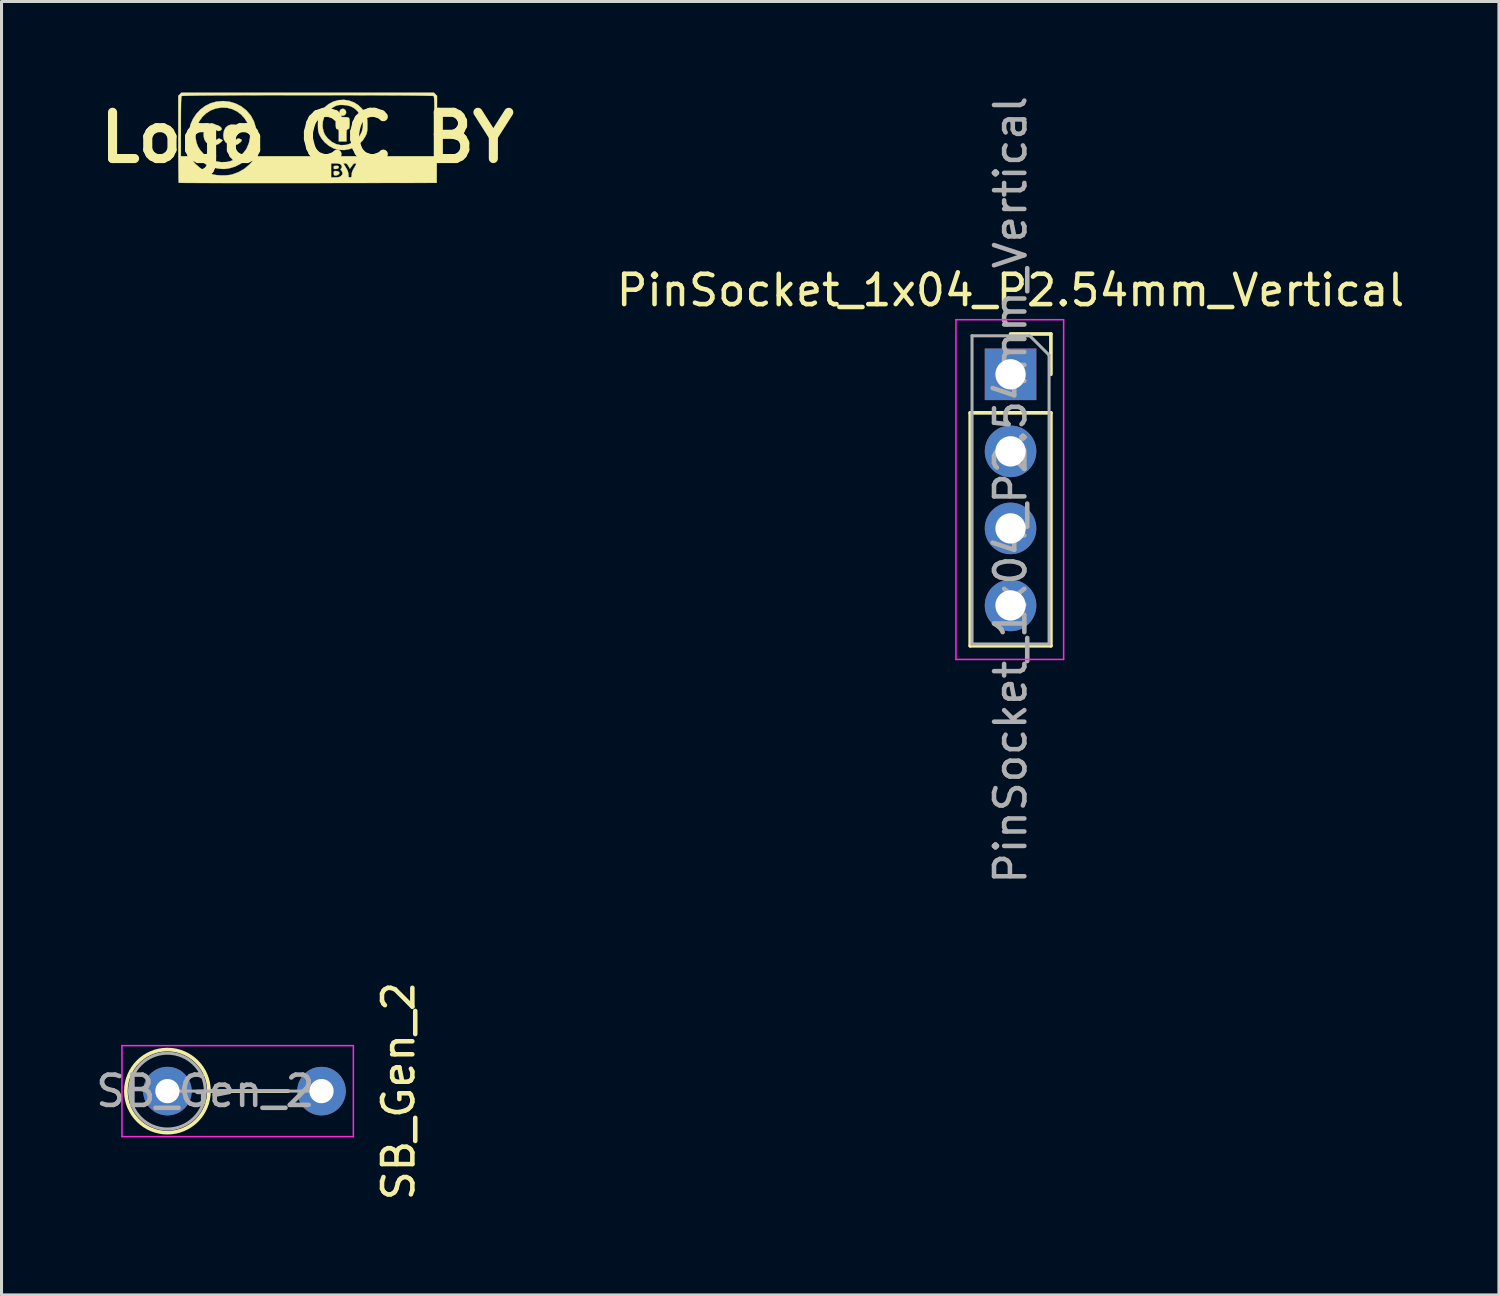
<source format=kicad_pcb>
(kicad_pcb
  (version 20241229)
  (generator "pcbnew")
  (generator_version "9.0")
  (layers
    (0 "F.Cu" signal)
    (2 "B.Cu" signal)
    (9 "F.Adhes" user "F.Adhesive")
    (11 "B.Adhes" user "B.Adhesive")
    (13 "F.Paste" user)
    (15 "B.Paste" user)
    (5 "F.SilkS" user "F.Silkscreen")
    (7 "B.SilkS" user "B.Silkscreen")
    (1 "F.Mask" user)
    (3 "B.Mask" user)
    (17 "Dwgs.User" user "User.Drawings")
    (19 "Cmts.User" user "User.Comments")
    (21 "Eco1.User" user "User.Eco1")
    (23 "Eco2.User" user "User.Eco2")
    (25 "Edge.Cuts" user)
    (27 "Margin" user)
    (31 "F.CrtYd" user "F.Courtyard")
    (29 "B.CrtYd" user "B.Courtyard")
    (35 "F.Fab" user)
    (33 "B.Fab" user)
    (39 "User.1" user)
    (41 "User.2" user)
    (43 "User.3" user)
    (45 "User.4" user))
  (footprint "Logo_CC_BY"
    (layer "F.Cu")
    (at 7.083 1.487)
    (property "Reference" "Logo_CC_BY" (at 0 0 0) (layer "F.SilkS") (effects (font (size 1.524 1.524) (thickness 0.3))))
    (attr through_hole)
    (fp_poly (pts (xy 1.008 1.109) (xy 1.049 1.135) (xy 1.058 1.166) (xy 1.04 1.205) (xy 0.996 1.235) (xy 0.941 1.25) (xy 0.894 1.243) (xy 0.882 1.235) (xy 0.872 1.205) (xy 0.868 1.161) (xy 0.874 1.118) (xy 0.9 1.102) (xy 0.93 1.101) (xy 1.008 1.109)) (stroke (width 0.01) (type solid)) (fill yes) (layer "F.SilkS"))
    (fp_poly (pts (xy 1.199 -0.947) (xy 1.245 -0.918) (xy 1.274 -0.871) (xy 1.278 -0.814) (xy 1.259 -0.77) (xy 1.21 -0.729) (xy 1.146 -0.723) (xy 1.095 -0.743) (xy 1.067 -0.781) (xy 1.059 -0.837) (xy 1.074 -0.894) (xy 1.092 -0.919) (xy 1.145 -0.95) (xy 1.199 -0.947)) (stroke (width 0.01) (type solid)) (fill yes) (layer "F.SilkS"))
    (fp_poly (pts (xy 1.009 0.934) (xy 1.032 0.946) (xy 1.034 0.974) (xy 1.033 0.979) (xy 1.02 1.012) (xy 0.984 1.028) (xy 0.947 1.033) (xy 0.895 1.035) (xy 0.873 1.022) (xy 0.868 0.989) (xy 0.868 0.986) (xy 0.872 0.951) (xy 0.893 0.935) (xy 0.942 0.931) (xy 0.954 0.931) (xy 1.009 0.934)) (stroke (width 0.01) (type solid)) (fill yes) (layer "F.SilkS"))
    (fp_poly (pts (xy 1.265 -0.675) (xy 1.332 -0.667) (xy 1.369 -0.653) (xy 1.374 -0.648) (xy 1.387 -0.608) (xy 1.393 -0.532) (xy 1.393 -0.452) (xy 1.389 -0.368) (xy 1.382 -0.318) (xy 1.371 -0.292) (xy 1.352 -0.281) (xy 1.339 -0.279) (xy 1.317 -0.273) (xy 1.303 -0.259) (xy 1.295 -0.228) (xy 1.292 -0.171) (xy 1.291 -0.081) (xy 1.291 -0.073) (xy 1.291 0.127) (xy 1.037 0.127) (xy 1.037 -0.073) (xy 1.037 -0.166) (xy 1.034 -0.224) (xy 1.026 -0.257) (xy 1.013 -0.273) (xy 0.992 -0.279) (xy 0.99 -0.279) (xy 0.965 -0.286) (xy 0.95 -0.305) (xy 0.941 -0.345) (xy 0.937 -0.416) (xy 0.936 -0.439) (xy 0.934 -0.542) (xy 0.942 -0.61) (xy 0.969 -0.65) (xy 1.019 -0.67) (xy 1.101 -0.677) (xy 1.162 -0.677) (xy 1.265 -0.675)) (stroke (width 0.01) (type solid)) (fill yes) (layer "F.SilkS"))
    (fp_poly (pts (xy -3.021 -0.425) (xy -2.917 -0.388) (xy -2.88 -0.364) (xy -2.831 -0.316) (xy -2.824 -0.276) (xy -2.857 -0.243) (xy -2.878 -0.233) (xy -2.928 -0.217) (xy -2.961 -0.225) (xy -2.981 -0.241) (xy -3.035 -0.268) (xy -3.099 -0.274) (xy -3.156 -0.259) (xy -3.176 -0.243) (xy -3.194 -0.203) (xy -3.208 -0.14) (xy -3.212 -0.11) (xy -3.207 -0.018) (xy -3.177 0.052) (xy -3.127 0.093) (xy -3.063 0.102) (xy -2.993 0.074) (xy -2.978 0.063) (xy -2.937 0.035) (xy -2.905 0.032) (xy -2.859 0.052) (xy -2.856 0.054) (xy -2.79 0.088) (xy -2.839 0.141) (xy -2.934 0.213) (xy -3.043 0.25) (xy -3.159 0.25) (xy -3.254 0.219) (xy -3.333 0.158) (xy -3.388 0.072) (xy -3.416 -0.03) (xy -3.418 -0.137) (xy -3.391 -0.241) (xy -3.335 -0.33) (xy -3.325 -0.34) (xy -3.237 -0.4) (xy -3.132 -0.429) (xy -3.021 -0.425)) (stroke (width 0.01) (type solid)) (fill yes) (layer "F.SilkS"))
    (fp_poly (pts (xy -2.392 -0.425) (xy -2.365 -0.42) (xy -2.306 -0.398) (xy -2.245 -0.363) (xy -2.193 -0.323) (xy -2.162 -0.287) (xy -2.159 -0.275) (xy -2.176 -0.258) (xy -2.219 -0.234) (xy -2.231 -0.228) (xy -2.28 -0.207) (xy -2.309 -0.207) (xy -2.335 -0.229) (xy -2.34 -0.234) (xy -2.393 -0.266) (xy -2.46 -0.274) (xy -2.512 -0.259) (xy -2.546 -0.216) (xy -2.568 -0.148) (xy -2.574 -0.07) (xy -2.571 -0.038) (xy -2.542 0.04) (xy -2.493 0.088) (xy -2.431 0.104) (xy -2.365 0.083) (xy -2.336 0.061) (xy -2.297 0.031) (xy -2.261 0.029) (xy -2.223 0.042) (xy -2.176 0.065) (xy -2.163 0.089) (xy -2.183 0.124) (xy -2.211 0.156) (xy -2.296 0.219) (xy -2.4 0.251) (xy -2.509 0.251) (xy -2.61 0.217) (xy -2.62 0.212) (xy -2.701 0.146) (xy -2.749 0.064) (xy -2.769 -0.042) (xy -2.768 -0.106) (xy -2.746 -0.233) (xy -2.694 -0.33) (xy -2.615 -0.396) (xy -2.514 -0.429) (xy -2.392 -0.425)) (stroke (width 0.01) (type solid)) (fill yes) (layer "F.SilkS"))
    (fp_poly (pts (xy -2.563 -1.183) (xy -2.362 -1.123) (xy -2.177 -1.028) (xy -2.012 -0.899) (xy -1.873 -0.738) (xy -1.852 -0.707) (xy -1.761 -0.534) (xy -1.702 -0.342) (xy -1.676 -0.139) (xy -1.684 0.065) (xy -1.725 0.261) (xy -1.774 0.389) (xy -1.883 0.57) (xy -2.023 0.727) (xy -2.19 0.855) (xy -2.378 0.952) (xy -2.558 1.007) (xy -2.662 1.025) (xy -2.753 1.033) (xy -2.85 1.029) (xy -2.963 1.015) (xy -3.161 0.968) (xy -3.342 0.884) (xy -3.509 0.76) (xy -3.553 0.718) (xy -3.701 0.549) (xy -3.807 0.371) (xy -3.874 0.181) (xy -3.901 -0.019) (xy -3.688 -0.019) (xy -3.657 0.158) (xy -3.605 0.296) (xy -3.54 0.401) (xy -3.448 0.51) (xy -3.342 0.611) (xy -3.233 0.693) (xy -3.174 0.727) (xy -3.011 0.784) (xy -2.833 0.81) (xy -2.655 0.803) (xy -2.54 0.778) (xy -2.384 0.714) (xy -2.237 0.621) (xy -2.11 0.507) (xy -2.014 0.38) (xy -2.002 0.36) (xy -1.927 0.182) (xy -1.89 0.004) (xy -1.889 -0.171) (xy -1.92 -0.339) (xy -1.982 -0.496) (xy -2.071 -0.638) (xy -2.183 -0.762) (xy -2.317 -0.863) (xy -2.469 -0.937) (xy -2.636 -0.982) (xy -2.815 -0.992) (xy -3.004 -0.965) (xy -3.017 -0.962) (xy -3.19 -0.897) (xy -3.341 -0.799) (xy -3.468 -0.675) (xy -3.569 -0.529) (xy -3.641 -0.368) (xy -3.682 -0.196) (xy -3.688 -0.019) (xy -3.901 -0.019) (xy -3.902 -0.025) (xy -3.894 -0.241) (xy -3.852 -0.433) (xy -3.772 -0.615) (xy -3.661 -0.782) (xy -3.522 -0.928) (xy -3.362 -1.047) (xy -3.184 -1.136) (xy -2.997 -1.187) (xy -2.776 -1.205) (xy -2.563 -1.183)) (stroke (width 0.01) (type solid)) (fill yes) (layer "F.SilkS"))
    (fp_poly (pts (xy 1.377 -1.22) (xy 1.537 -1.16) (xy 1.682 -1.069) (xy 1.807 -0.947) (xy 1.905 -0.796) (xy 1.909 -0.788) (xy 1.94 -0.722) (xy 1.96 -0.669) (xy 1.972 -0.614) (xy 1.977 -0.546) (xy 1.979 -0.453) (xy 1.979 -0.413) (xy 1.978 -0.305) (xy 1.973 -0.227) (xy 1.963 -0.167) (xy 1.946 -0.113) (xy 1.924 -0.063) (xy 1.831 0.087) (xy 1.708 0.213) (xy 1.561 0.31) (xy 1.397 0.377) (xy 1.221 0.409) (xy 1.04 0.403) (xy 1.019 0.4) (xy 0.862 0.353) (xy 0.712 0.271) (xy 0.577 0.159) (xy 0.466 0.025) (xy 0.406 -0.08) (xy 0.379 -0.143) (xy 0.362 -0.201) (xy 0.353 -0.267) (xy 0.35 -0.354) (xy 0.349 -0.389) (xy 0.501 -0.389) (xy 0.511 -0.303) (xy 0.537 -0.194) (xy 0.574 -0.106) (xy 0.632 -0.023) (xy 0.683 0.036) (xy 0.811 0.145) (xy 0.954 0.217) (xy 1.108 0.249) (xy 1.269 0.241) (xy 1.346 0.223) (xy 1.499 0.158) (xy 1.625 0.064) (xy 1.723 -0.051) (xy 1.792 -0.184) (xy 1.829 -0.327) (xy 1.833 -0.476) (xy 1.802 -0.624) (xy 1.735 -0.766) (xy 1.654 -0.872) (xy 1.548 -0.968) (xy 1.432 -1.031) (xy 1.296 -1.066) (xy 1.192 -1.076) (xy 1.097 -1.078) (xy 1.028 -1.073) (xy 0.968 -1.058) (xy 0.903 -1.031) (xy 0.761 -0.944) (xy 0.646 -0.831) (xy 0.562 -0.697) (xy 0.513 -0.547) (xy 0.501 -0.389) (xy 0.349 -0.389) (xy 0.349 -0.413) (xy 0.351 -0.517) (xy 0.356 -0.592) (xy 0.369 -0.652) (xy 0.39 -0.711) (xy 0.407 -0.748) (xy 0.49 -0.896) (xy 0.586 -1.012) (xy 0.705 -1.107) (xy 0.866 -1.191) (xy 1.036 -1.237) (xy 1.208 -1.246) (xy 1.377 -1.22)) (stroke (width 0.01) (type solid)) (fill yes) (layer "F.SilkS"))
    (fp_poly (pts (xy 4.224 -1.43) (xy 4.276 -1.377) (xy 4.271 0.057) (xy 4.265 1.492) (xy 0.019 1.498) (xy -0.401 1.498) (xy -0.811 1.498) (xy -1.207 1.499) (xy -1.588 1.499) (xy -1.952 1.498) (xy -2.296 1.498) (xy -2.62 1.498) (xy -2.919 1.497) (xy -3.194 1.497) (xy -3.441 1.496) (xy -3.658 1.495) (xy -3.844 1.494) (xy -3.997 1.493) (xy -4.115 1.492) (xy -4.195 1.491) (xy -4.235 1.489) (xy -4.24 1.489) (xy -4.243 1.466) (xy -4.245 1.404) (xy -4.247 1.307) (xy -4.249 1.178) (xy -4.251 1.02) (xy -4.252 0.838) (xy -4.253 0.634) (xy -4.254 0.413) (xy -4.254 0.177) (xy -4.255 0.048) (xy -4.255 -0.366) (xy -4.17 -0.366) (xy -4.17 0.614) (xy -4.027 0.614) (xy -3.884 0.615) (xy -3.812 0.721) (xy -3.693 0.865) (xy -3.542 0.996) (xy -3.372 1.107) (xy -3.192 1.189) (xy -3.109 1.215) (xy -2.998 1.235) (xy -2.862 1.245) (xy -2.719 1.245) (xy -2.584 1.234) (xy -2.486 1.217) (xy -2.273 1.141) (xy -2.076 1.028) (xy -1.902 0.881) (xy -1.873 0.847) (xy 0.783 0.847) (xy 0.783 1.312) (xy 0.918 1.312) (xy 1.005 1.308) (xy 1.064 1.294) (xy 1.108 1.268) (xy 1.154 1.213) (xy 1.16 1.152) (xy 1.127 1.095) (xy 1.123 1.091) (xy 1.095 1.06) (xy 1.1 1.036) (xy 1.112 1.023) (xy 1.141 0.974) (xy 1.128 0.922) (xy 1.101 0.889) (xy 1.066 0.864) (xy 1.017 0.851) (xy 0.942 0.847) (xy 0.921 0.847) (xy 1.186 0.847) (xy 1.27 0.985) (xy 1.319 1.072) (xy 1.345 1.14) (xy 1.354 1.205) (xy 1.355 1.217) (xy 1.357 1.276) (xy 1.368 1.304) (xy 1.394 1.312) (xy 1.408 1.312) (xy 1.441 1.308) (xy 1.456 1.288) (xy 1.46 1.239) (xy 1.461 1.222) (xy 1.469 1.155) (xy 1.496 1.081) (xy 1.544 0.995) (xy 1.585 0.925) (xy 1.606 0.884) (xy 1.609 0.862) (xy 1.596 0.853) (xy 1.581 0.85) (xy 1.555 0.849) (xy 1.531 0.861) (xy 1.501 0.891) (xy 1.458 0.948) (xy 1.437 0.977) (xy 1.403 1.025) (xy 1.353 0.936) (xy 1.314 0.879) (xy 1.278 0.852) (xy 1.244 0.847) (xy 1.186 0.847) (xy 0.921 0.847) (xy 0.783 0.847) (xy -1.873 0.847) (xy -1.784 0.743) (xy -1.688 0.614) (xy 4.191 0.614) (xy 4.191 -0.366) (xy 4.191 -0.612) (xy 4.19 -0.818) (xy 4.188 -0.987) (xy 4.186 -1.122) (xy 4.183 -1.225) (xy 4.179 -1.298) (xy 4.173 -1.346) (xy 4.167 -1.369) (xy 4.166 -1.372) (xy 4.142 -1.375) (xy 4.078 -1.378) (xy 3.977 -1.38) (xy 3.84 -1.383) (xy 3.672 -1.385) (xy 3.474 -1.388) (xy 3.248 -1.39) (xy 2.997 -1.392) (xy 2.724 -1.393) (xy 2.43 -1.395) (xy 2.12 -1.396) (xy 1.794 -1.397) (xy 1.456 -1.398) (xy 1.107 -1.398) (xy 0.751 -1.399) (xy 0.39 -1.399) (xy 0.027 -1.399) (xy -0.337 -1.399) (xy -0.698 -1.399) (xy -1.055 -1.398) (xy -1.404 -1.398) (xy -1.743 -1.397) (xy -2.07 -1.396) (xy -2.382 -1.395) (xy -2.677 -1.393) (xy -2.952 -1.392) (xy -3.205 -1.39) (xy -3.433 -1.388) (xy -3.634 -1.386) (xy -3.805 -1.383) (xy -3.945 -1.381) (xy -4.049 -1.378) (xy -4.116 -1.375) (xy -4.144 -1.372) (xy -4.144 -1.372) (xy -4.151 -1.354) (xy -4.156 -1.313) (xy -4.16 -1.247) (xy -4.164 -1.152) (xy -4.166 -1.026) (xy -4.168 -0.866) (xy -4.169 -0.67) (xy -4.17 -0.435) (xy -4.17 -0.366) (xy -4.255 -0.366) (xy -4.255 -1.378) (xy -4.203 -1.43) (xy -4.151 -1.482) (xy 4.172 -1.482) (xy 4.224 -1.43)) (stroke (width 0.01) (type solid)) (fill yes) (layer "F.SilkS")))
  (footprint "PinSocket_1x04_P2.54mm_Vertical"
    (layer "F.Cu")
    (at 30.267 9.291)
    (property "Reference" "PinSocket_1x04_P2.54mm_Vertical" (at 0 -2.77 0) (layer "F.SilkS") (effects (font (size 1 1) (thickness 0.15))))
    (attr through_hole)
    (fp_line (start -1.33 1.27) (end -1.33 8.95) (stroke (width 0.12) (type solid)) (layer "F.SilkS"))
    (fp_line (start -1.33 1.27) (end 1.33 1.27) (stroke (width 0.12) (type solid)) (layer "F.SilkS"))
    (fp_line (start -1.33 8.95) (end 1.33 8.95) (stroke (width 0.12) (type solid)) (layer "F.SilkS"))
    (fp_line (start 0 -1.33) (end 1.33 -1.33) (stroke (width 0.12) (type solid)) (layer "F.SilkS"))
    (fp_line (start 1.33 -1.33) (end 1.33 0) (stroke (width 0.12) (type solid)) (layer "F.SilkS"))
    (fp_line (start 1.33 1.27) (end 1.33 8.95) (stroke (width 0.12) (type solid)) (layer "F.SilkS"))
    (fp_line (start -1.8 -1.8) (end 1.75 -1.8) (stroke (width 0.05) (type solid)) (layer "F.CrtYd"))
    (fp_line (start -1.8 9.4) (end -1.8 -1.8) (stroke (width 0.05) (type solid)) (layer "F.CrtYd"))
    (fp_line (start 1.75 -1.8) (end 1.75 9.4) (stroke (width 0.05) (type solid)) (layer "F.CrtYd"))
    (fp_line (start 1.75 9.4) (end -1.8 9.4) (stroke (width 0.05) (type solid)) (layer "F.CrtYd"))
    (fp_line (start -1.27 -1.27) (end 0.635 -1.27) (stroke (width 0.1) (type solid)) (layer "F.Fab"))
    (fp_line (start -1.27 8.89) (end -1.27 -1.27) (stroke (width 0.1) (type solid)) (layer "F.Fab"))
    (fp_line (start 0.635 -1.27) (end 1.27 -0.635) (stroke (width 0.1) (type solid)) (layer "F.Fab"))
    (fp_line (start 1.27 -0.635) (end 1.27 8.89) (stroke (width 0.1) (type solid)) (layer "F.Fab"))
    (fp_line (start 1.27 8.89) (end -1.27 8.89) (stroke (width 0.1) (type solid)) (layer "F.Fab"))
    (fp_text user "${REFERENCE}" (at 0 3.81 90) (layer "F.Fab") (effects (font (size 1 1) (thickness 0.15))))
    (pad "1" thru_hole rect (at 0 0) (size 1.7 1.7) (drill 1) (layers "*.Cu" "*.Mask"))
    (pad "2" thru_hole oval (at 0 2.54) (size 1.7 1.7) (drill 1) (layers "*.Cu" "*.Mask"))
    (pad "3" thru_hole oval (at 0 5.08) (size 1.7 1.7) (drill 1) (layers "*.Cu" "*.Mask"))
    (pad "4" thru_hole oval (at 0 7.62) (size 1.7 1.7) (drill 1) (layers "*.Cu" "*.Mask")))
  (footprint "SB_Gen_2"
    (layer "F.Cu")
    (at 2.47 32.923)
    (property "Reference" "SB_Gen_2" (at 7.62 0 270) (layer "F.SilkS") (effects (font (size 1 1) (thickness 0.15))))
    (attr through_hole)
    (fp_line (start 1.37 0) (end 3.98 0) (stroke (width 0.12) (type solid)) (layer "F.SilkS"))
    (fp_circle (center 0 0) (end 1.37 0) (stroke (width 0.12) (type solid)) (fill no) (layer "F.SilkS"))
    (fp_line (start -1.5 -1.5) (end -1.5 1.5) (stroke (width 0.05) (type solid)) (layer "F.CrtYd"))
    (fp_line (start -1.5 1.5) (end 6.13 1.5) (stroke (width 0.05) (type solid)) (layer "F.CrtYd"))
    (fp_line (start 6.13 -1.5) (end -1.5 -1.5) (stroke (width 0.05) (type solid)) (layer "F.CrtYd"))
    (fp_line (start 6.13 1.5) (end 6.13 -1.5) (stroke (width 0.05) (type solid)) (layer "F.CrtYd"))
    (fp_line (start 0 0) (end 5.08 0) (stroke (width 0.1) (type solid)) (layer "F.Fab"))
    (fp_circle (center 0 0) (end 1.25 0) (stroke (width 0.1) (type solid)) (fill no) (layer "F.Fab"))
    (fp_text user "${REFERENCE}" (at 1.25 0 180) (layer "F.Fab") (effects (font (size 1 1) (thickness 0.15))))
    (pad "1" thru_hole circle (at 0 0) (size 1.6 1.6) (drill 0.8) (layers "*.Cu" "*.Mask"))
    (pad "2" thru_hole oval (at 5.08 0) (size 1.6 1.6) (drill 0.8) (layers "*.Cu" "*.Mask")))
  (gr_rect
    (start -3 -3)
    (end 46.368 39.643)
    (stroke (width 0.1) (type default))
    (fill no)
    (layer "Edge.Cuts")))
</source>
